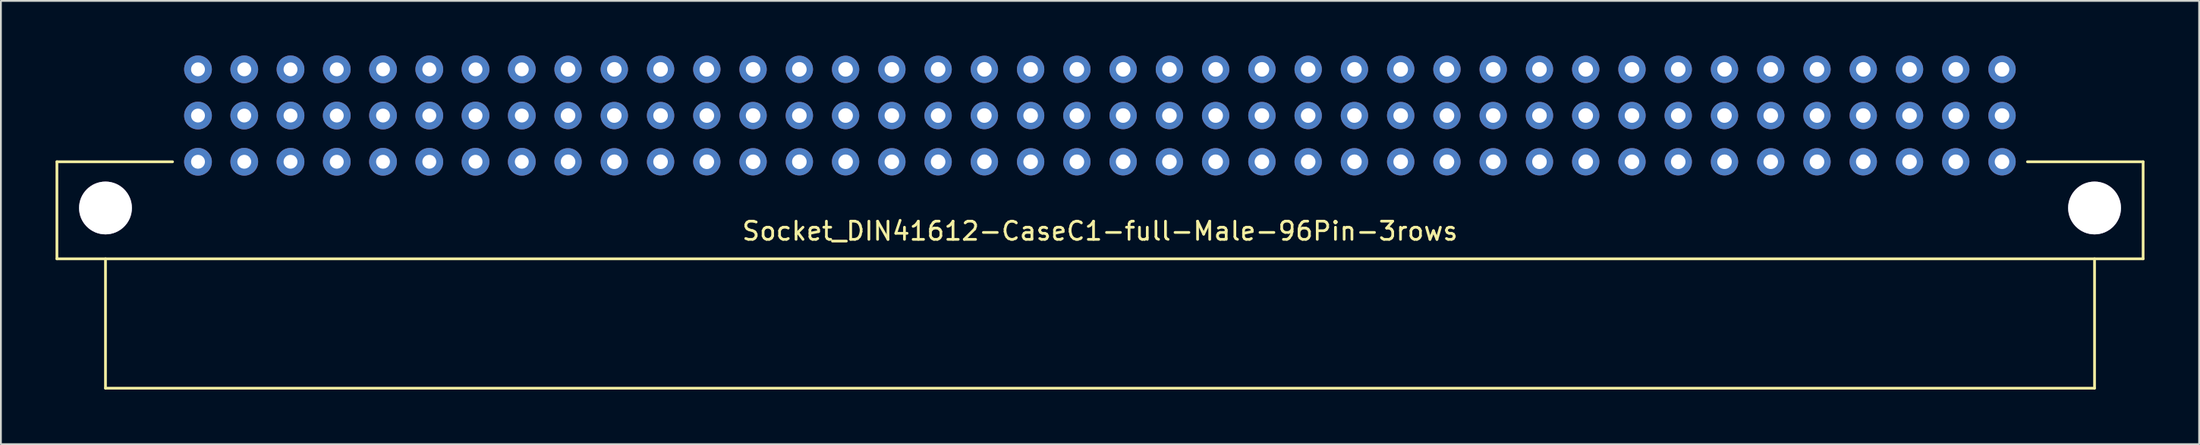
<source format=kicad_pcb>
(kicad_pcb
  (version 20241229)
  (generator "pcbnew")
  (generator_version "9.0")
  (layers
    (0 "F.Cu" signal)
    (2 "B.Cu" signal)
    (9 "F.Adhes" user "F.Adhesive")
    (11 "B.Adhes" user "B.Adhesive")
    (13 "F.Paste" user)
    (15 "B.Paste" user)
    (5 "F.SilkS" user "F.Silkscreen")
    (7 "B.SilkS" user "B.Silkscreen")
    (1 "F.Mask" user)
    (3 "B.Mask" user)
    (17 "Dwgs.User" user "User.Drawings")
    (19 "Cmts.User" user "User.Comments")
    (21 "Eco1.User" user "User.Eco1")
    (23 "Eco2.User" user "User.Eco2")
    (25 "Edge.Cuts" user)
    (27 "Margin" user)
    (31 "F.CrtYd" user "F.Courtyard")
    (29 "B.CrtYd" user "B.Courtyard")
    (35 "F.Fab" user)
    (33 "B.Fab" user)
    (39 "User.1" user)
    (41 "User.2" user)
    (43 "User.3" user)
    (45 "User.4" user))
  (footprint "Socket_DIN41612-CaseC1-full-Male-96Pin-3rows"
    (layer "F.Cu")
    (at 57.352 3.302)
    (property "Reference" "Socket_DIN41612-CaseC1-full-Male-96Pin-3rows" (at 0 6.35 0) (layer "F.SilkS") (effects (font (size 1 1) (thickness 0.15))))
    (attr through_hole)
    (fp_line (start -57.277 2.54) (end -50.927 2.54) (stroke (width 0.15) (type solid)) (layer "F.SilkS"))
    (fp_line (start -57.277 7.874) (end -57.277 2.54) (stroke (width 0.15) (type solid)) (layer "F.SilkS"))
    (fp_line (start -54.61 14.986) (end -54.61 7.874) (stroke (width 0.15) (type solid)) (layer "F.SilkS"))
    (fp_line (start 54.61 7.874) (end 54.61 14.986) (stroke (width 0.15) (type solid)) (layer "F.SilkS"))
    (fp_line (start 54.61 14.986) (end -54.61 14.986) (stroke (width 0.15) (type solid)) (layer "F.SilkS"))
    (fp_line (start 57.277 2.54) (end 50.927 2.54) (stroke (width 0.15) (type solid)) (layer "F.SilkS"))
    (fp_line (start 57.277 2.54) (end 57.277 7.874) (stroke (width 0.15) (type solid)) (layer "F.SilkS"))
    (fp_line (start 57.277 7.874) (end -57.277 7.874) (stroke (width 0.15) (type solid)) (layer "F.SilkS"))
    (pad "1" thru_hole circle (at -54.61 5.08) (size 2.901 2.901) (drill 2.901) (layers "*.Cu" "*.Mask"))
    (pad "1" thru_hole circle (at 54.61 5.08) (size 2.901 2.901) (drill 2.901) (layers "*.Cu" "*.Mask"))
    (pad "1a" thru_hole circle (at 49.53 -2.54 180) (size 1.501 1.501) (drill 0.8) (layers "*.Cu" "*.Mask"))
    (pad "1b" thru_hole circle (at 49.53 0 180) (size 1.501 1.501) (drill 0.8) (layers "*.Cu" "*.Mask"))
    (pad "1c" thru_hole circle (at 49.53 2.54 180) (size 1.501 1.501) (drill 0.8) (layers "*.Cu" "*.Mask"))
    (pad "2a" thru_hole circle (at 46.99 -2.54 180) (size 1.501 1.501) (drill 0.8) (layers "*.Cu" "*.Mask"))
    (pad "2b" thru_hole circle (at 46.99 0 180) (size 1.501 1.501) (drill 0.8) (layers "*.Cu" "*.Mask"))
    (pad "2c" thru_hole circle (at 46.99 2.54 180) (size 1.501 1.501) (drill 0.8) (layers "*.Cu" "*.Mask"))
    (pad "3a" thru_hole circle (at 44.45 -2.54 180) (size 1.501 1.501) (drill 0.8) (layers "*.Cu" "*.Mask"))
    (pad "3b" thru_hole circle (at 44.45 0 180) (size 1.501 1.501) (drill 0.8) (layers "*.Cu" "*.Mask"))
    (pad "3c" thru_hole circle (at 44.45 2.54 180) (size 1.501 1.501) (drill 0.8) (layers "*.Cu" "*.Mask"))
    (pad "4a" thru_hole circle (at 41.91 -2.54 180) (size 1.501 1.501) (drill 0.8) (layers "*.Cu" "*.Mask"))
    (pad "4b" thru_hole circle (at 41.91 0 180) (size 1.501 1.501) (drill 0.8) (layers "*.Cu" "*.Mask"))
    (pad "4c" thru_hole circle (at 41.91 2.54 180) (size 1.501 1.501) (drill 0.8) (layers "*.Cu" "*.Mask"))
    (pad "5a" thru_hole circle (at 39.37 -2.54 180) (size 1.501 1.501) (drill 0.8) (layers "*.Cu" "*.Mask"))
    (pad "5b" thru_hole circle (at 39.37 0 180) (size 1.501 1.501) (drill 0.8) (layers "*.Cu" "*.Mask"))
    (pad "5c" thru_hole circle (at 39.37 2.54 180) (size 1.501 1.501) (drill 0.8) (layers "*.Cu" "*.Mask"))
    (pad "6a" thru_hole circle (at 36.83 -2.54 180) (size 1.501 1.501) (drill 0.8) (layers "*.Cu" "*.Mask"))
    (pad "6b" thru_hole circle (at 36.83 0 180) (size 1.501 1.501) (drill 0.8) (layers "*.Cu" "*.Mask"))
    (pad "6c" thru_hole circle (at 36.83 2.54 180) (size 1.501 1.501) (drill 0.8) (layers "*.Cu" "*.Mask"))
    (pad "7a" thru_hole circle (at 34.29 -2.54 180) (size 1.501 1.501) (drill 0.8) (layers "*.Cu" "*.Mask"))
    (pad "7b" thru_hole circle (at 34.29 0 180) (size 1.501 1.501) (drill 0.8) (layers "*.Cu" "*.Mask"))
    (pad "7c" thru_hole circle (at 34.29 2.54 180) (size 1.501 1.501) (drill 0.8) (layers "*.Cu" "*.Mask"))
    (pad "8a" thru_hole circle (at 31.75 -2.54 180) (size 1.501 1.501) (drill 0.8) (layers "*.Cu" "*.Mask"))
    (pad "8b" thru_hole circle (at 31.75 0 180) (size 1.501 1.501) (drill 0.8) (layers "*.Cu" "*.Mask"))
    (pad "8c" thru_hole circle (at 31.75 2.54 180) (size 1.501 1.501) (drill 0.8) (layers "*.Cu" "*.Mask"))
    (pad "9a" thru_hole circle (at 29.21 -2.54 180) (size 1.501 1.501) (drill 0.8) (layers "*.Cu" "*.Mask"))
    (pad "9b" thru_hole circle (at 29.21 0 180) (size 1.501 1.501) (drill 0.8) (layers "*.Cu" "*.Mask"))
    (pad "9c" thru_hole circle (at 29.21 2.54 180) (size 1.501 1.501) (drill 0.8) (layers "*.Cu" "*.Mask"))
    (pad "10a" thru_hole circle (at 26.67 -2.54 180) (size 1.501 1.501) (drill 0.8) (layers "*.Cu" "*.Mask"))
    (pad "10b" thru_hole circle (at 26.67 0 180) (size 1.501 1.501) (drill 0.8) (layers "*.Cu" "*.Mask"))
    (pad "10c" thru_hole circle (at 26.67 2.54 180) (size 1.501 1.501) (drill 0.8) (layers "*.Cu" "*.Mask"))
    (pad "11a" thru_hole circle (at 24.13 -2.54 180) (size 1.501 1.501) (drill 0.8) (layers "*.Cu" "*.Mask"))
    (pad "11b" thru_hole circle (at 24.13 0 180) (size 1.501 1.501) (drill 0.8) (layers "*.Cu" "*.Mask"))
    (pad "11c" thru_hole circle (at 24.13 2.54 180) (size 1.501 1.501) (drill 0.8) (layers "*.Cu" "*.Mask"))
    (pad "12a" thru_hole circle (at 21.59 -2.54 180) (size 1.501 1.501) (drill 0.8) (layers "*.Cu" "*.Mask"))
    (pad "12b" thru_hole circle (at 21.59 0 180) (size 1.501 1.501) (drill 0.8) (layers "*.Cu" "*.Mask"))
    (pad "12c" thru_hole circle (at 21.59 2.54 180) (size 1.501 1.501) (drill 0.8) (layers "*.Cu" "*.Mask"))
    (pad "13a" thru_hole circle (at 19.05 -2.54 180) (size 1.501 1.501) (drill 0.8) (layers "*.Cu" "*.Mask"))
    (pad "13b" thru_hole circle (at 19.05 0 180) (size 1.501 1.501) (drill 0.8) (layers "*.Cu" "*.Mask"))
    (pad "13c" thru_hole circle (at 19.05 2.54 180) (size 1.501 1.501) (drill 0.8) (layers "*.Cu" "*.Mask"))
    (pad "14a" thru_hole circle (at 16.51 -2.54 180) (size 1.501 1.501) (drill 0.8) (layers "*.Cu" "*.Mask"))
    (pad "14b" thru_hole circle (at 16.51 0 180) (size 1.501 1.501) (drill 0.8) (layers "*.Cu" "*.Mask"))
    (pad "14c" thru_hole circle (at 16.51 2.54 180) (size 1.501 1.501) (drill 0.8) (layers "*.Cu" "*.Mask"))
    (pad "15a" thru_hole circle (at 13.97 -2.54 180) (size 1.501 1.501) (drill 0.8) (layers "*.Cu" "*.Mask"))
    (pad "15b" thru_hole circle (at 13.97 0 180) (size 1.501 1.501) (drill 0.8) (layers "*.Cu" "*.Mask"))
    (pad "15c" thru_hole circle (at 13.97 2.54 180) (size 1.501 1.501) (drill 0.8) (layers "*.Cu" "*.Mask"))
    (pad "16a" thru_hole circle (at 11.43 -2.54 180) (size 1.501 1.501) (drill 0.8) (layers "*.Cu" "*.Mask"))
    (pad "16b" thru_hole circle (at 11.43 0 180) (size 1.501 1.501) (drill 0.8) (layers "*.Cu" "*.Mask"))
    (pad "16c" thru_hole circle (at 11.43 2.54 180) (size 1.501 1.501) (drill 0.8) (layers "*.Cu" "*.Mask"))
    (pad "17a" thru_hole circle (at 8.89 -2.54 180) (size 1.501 1.501) (drill 0.8) (layers "*.Cu" "*.Mask"))
    (pad "17b" thru_hole circle (at 8.89 0 180) (size 1.501 1.501) (drill 0.8) (layers "*.Cu" "*.Mask"))
    (pad "17c" thru_hole circle (at 8.89 2.54 180) (size 1.501 1.501) (drill 0.8) (layers "*.Cu" "*.Mask"))
    (pad "18a" thru_hole circle (at 6.35 -2.54 180) (size 1.501 1.501) (drill 0.8) (layers "*.Cu" "*.Mask"))
    (pad "18b" thru_hole circle (at 6.35 0 180) (size 1.501 1.501) (drill 0.8) (layers "*.Cu" "*.Mask"))
    (pad "18c" thru_hole circle (at 6.35 2.54 180) (size 1.501 1.501) (drill 0.8) (layers "*.Cu" "*.Mask"))
    (pad "19a" thru_hole circle (at 3.81 -2.54 180) (size 1.501 1.501) (drill 0.8) (layers "*.Cu" "*.Mask"))
    (pad "19b" thru_hole circle (at 3.81 0 180) (size 1.501 1.501) (drill 0.8) (layers "*.Cu" "*.Mask"))
    (pad "19c" thru_hole circle (at 3.81 2.54 180) (size 1.501 1.501) (drill 0.8) (layers "*.Cu" "*.Mask"))
    (pad "20a" thru_hole circle (at 1.27 -2.54 180) (size 1.501 1.501) (drill 0.8) (layers "*.Cu" "*.Mask"))
    (pad "20b" thru_hole circle (at 1.27 0 180) (size 1.501 1.501) (drill 0.8) (layers "*.Cu" "*.Mask"))
    (pad "20c" thru_hole circle (at 1.27 2.54 180) (size 1.501 1.501) (drill 0.8) (layers "*.Cu" "*.Mask"))
    (pad "21a" thru_hole circle (at -1.27 -2.54 180) (size 1.501 1.501) (drill 0.8) (layers "*.Cu" "*.Mask"))
    (pad "21b" thru_hole circle (at -1.27 0 180) (size 1.501 1.501) (drill 0.8) (layers "*.Cu" "*.Mask"))
    (pad "21c" thru_hole circle (at -1.27 2.54 180) (size 1.501 1.501) (drill 0.8) (layers "*.Cu" "*.Mask"))
    (pad "22a" thru_hole circle (at -3.81 -2.54 180) (size 1.501 1.501) (drill 0.8) (layers "*.Cu" "*.Mask"))
    (pad "22b" thru_hole circle (at -3.81 0 180) (size 1.501 1.501) (drill 0.8) (layers "*.Cu" "*.Mask"))
    (pad "22c" thru_hole circle (at -3.81 2.54 180) (size 1.501 1.501) (drill 0.8) (layers "*.Cu" "*.Mask"))
    (pad "23a" thru_hole circle (at -6.35 -2.54 180) (size 1.501 1.501) (drill 0.8) (layers "*.Cu" "*.Mask"))
    (pad "23b" thru_hole circle (at -6.35 0 180) (size 1.501 1.501) (drill 0.8) (layers "*.Cu" "*.Mask"))
    (pad "23c" thru_hole circle (at -6.35 2.54 180) (size 1.501 1.501) (drill 0.8) (layers "*.Cu" "*.Mask"))
    (pad "24" thru_hole circle (at -8.89 -2.54 180) (size 1.501 1.501) (drill 0.8) (layers "*.Cu" "*.Mask"))
    (pad "24b" thru_hole circle (at -8.89 0 180) (size 1.501 1.501) (drill 0.8) (layers "*.Cu" "*.Mask"))
    (pad "24c" thru_hole circle (at -8.89 2.54 180) (size 1.501 1.501) (drill 0.8) (layers "*.Cu" "*.Mask"))
    (pad "25a" thru_hole circle (at -11.43 -2.54 180) (size 1.501 1.501) (drill 0.8) (layers "*.Cu" "*.Mask"))
    (pad "25b" thru_hole circle (at -11.43 0 180) (size 1.501 1.501) (drill 0.8) (layers "*.Cu" "*.Mask"))
    (pad "25c" thru_hole circle (at -11.43 2.54 180) (size 1.501 1.501) (drill 0.8) (layers "*.Cu" "*.Mask"))
    (pad "26a" thru_hole circle (at -13.97 -2.54 180) (size 1.501 1.501) (drill 0.8) (layers "*.Cu" "*.Mask"))
    (pad "26b" thru_hole circle (at -13.97 0 180) (size 1.501 1.501) (drill 0.8) (layers "*.Cu" "*.Mask"))
    (pad "26c" thru_hole circle (at -13.97 2.54 180) (size 1.501 1.501) (drill 0.8) (layers "*.Cu" "*.Mask"))
    (pad "27a" thru_hole circle (at -16.51 -2.54 180) (size 1.501 1.501) (drill 0.8) (layers "*.Cu" "*.Mask"))
    (pad "27b" thru_hole circle (at -16.51 0 180) (size 1.501 1.501) (drill 0.8) (layers "*.Cu" "*.Mask"))
    (pad "27c" thru_hole circle (at -16.51 2.54 180) (size 1.501 1.501) (drill 0.8) (layers "*.Cu" "*.Mask"))
    (pad "28a" thru_hole circle (at -19.05 -2.54 180) (size 1.501 1.501) (drill 0.8) (layers "*.Cu" "*.Mask"))
    (pad "28b" thru_hole circle (at -19.05 0 180) (size 1.501 1.501) (drill 0.8) (layers "*.Cu" "*.Mask"))
    (pad "28c" thru_hole circle (at -19.05 2.54 180) (size 1.501 1.501) (drill 0.8) (layers "*.Cu" "*.Mask"))
    (pad "29a" thru_hole circle (at -21.59 -2.54 180) (size 1.501 1.501) (drill 0.8) (layers "*.Cu" "*.Mask"))
    (pad "29b" thru_hole circle (at -21.59 0 180) (size 1.501 1.501) (drill 0.8) (layers "*.Cu" "*.Mask"))
    (pad "29c" thru_hole circle (at -21.59 2.54 180) (size 1.501 1.501) (drill 0.8) (layers "*.Cu" "*.Mask"))
    (pad "30a" thru_hole circle (at -24.13 -2.54 180) (size 1.501 1.501) (drill 0.8) (layers "*.Cu" "*.Mask"))
    (pad "30b" thru_hole circle (at -24.13 0 180) (size 1.501 1.501) (drill 0.8) (layers "*.Cu" "*.Mask"))
    (pad "30c" thru_hole circle (at -24.13 2.54 180) (size 1.501 1.501) (drill 0.8) (layers "*.Cu" "*.Mask"))
    (pad "31a" thru_hole circle (at -26.67 -2.54 180) (size 1.501 1.501) (drill 0.8) (layers "*.Cu" "*.Mask"))
    (pad "31b" thru_hole circle (at -26.67 0 180) (size 1.501 1.501) (drill 0.8) (layers "*.Cu" "*.Mask"))
    (pad "31c" thru_hole circle (at -26.67 2.54 180) (size 1.501 1.501) (drill 0.8) (layers "*.Cu" "*.Mask"))
    (pad "32a" thru_hole circle (at -29.21 -2.54 180) (size 1.501 1.501) (drill 0.8) (layers "*.Cu" "*.Mask"))
    (pad "32b" thru_hole circle (at -29.21 0 180) (size 1.501 1.501) (drill 0.8) (layers "*.Cu" "*.Mask"))
    (pad "32c" thru_hole circle (at -29.21 2.54 180) (size 1.501 1.501) (drill 0.8) (layers "*.Cu" "*.Mask"))
    (pad "33a" thru_hole circle (at -31.75 -2.54) (size 1.524 1.524) (drill 0.762) (layers "*.Cu" "*.Mask"))
    (pad "33b" thru_hole circle (at -31.75 0) (size 1.524 1.524) (drill 0.762) (layers "*.Cu" "*.Mask"))
    (pad "33c" thru_hole circle (at -31.75 2.54) (size 1.524 1.524) (drill 0.762) (layers "*.Cu" "*.Mask"))
    (pad "34a" thru_hole circle (at -34.29 -2.54) (size 1.524 1.524) (drill 0.762) (layers "*.Cu" "*.Mask"))
    (pad "34b" thru_hole circle (at -34.29 0) (size 1.524 1.524) (drill 0.762) (layers "*.Cu" "*.Mask"))
    (pad "34c" thru_hole circle (at -34.29 2.54) (size 1.524 1.524) (drill 0.762) (layers "*.Cu" "*.Mask"))
    (pad "35a" thru_hole circle (at -36.83 -2.54) (size 1.524 1.524) (drill 0.762) (layers "*.Cu" "*.Mask"))
    (pad "35b" thru_hole circle (at -36.83 0) (size 1.524 1.524) (drill 0.762) (layers "*.Cu" "*.Mask"))
    (pad "35c" thru_hole circle (at -36.83 2.54) (size 1.524 1.524) (drill 0.762) (layers "*.Cu" "*.Mask"))
    (pad "36a" thru_hole circle (at -39.37 -2.54) (size 1.524 1.524) (drill 0.762) (layers "*.Cu" "*.Mask"))
    (pad "36b" thru_hole circle (at -39.37 0) (size 1.524 1.524) (drill 0.762) (layers "*.Cu" "*.Mask"))
    (pad "36c" thru_hole circle (at -39.37 2.54) (size 1.524 1.524) (drill 0.762) (layers "*.Cu" "*.Mask"))
    (pad "37a" thru_hole circle (at -41.91 -2.54) (size 1.524 1.524) (drill 0.762) (layers "*.Cu" "*.Mask"))
    (pad "37b" thru_hole circle (at -41.91 0) (size 1.524 1.524) (drill 0.762) (layers "*.Cu" "*.Mask"))
    (pad "37c" thru_hole circle (at -41.91 2.54) (size 1.524 1.524) (drill 0.762) (layers "*.Cu" "*.Mask"))
    (pad "38a" thru_hole circle (at -44.45 -2.54) (size 1.524 1.524) (drill 0.762) (layers "*.Cu" "*.Mask"))
    (pad "38b" thru_hole circle (at -44.45 0) (size 1.524 1.524) (drill 0.762) (layers "*.Cu" "*.Mask"))
    (pad "38c" thru_hole circle (at -44.45 2.54) (size 1.524 1.524) (drill 0.762) (layers "*.Cu" "*.Mask"))
    (pad "39a" thru_hole circle (at -46.99 -2.54) (size 1.524 1.524) (drill 0.762) (layers "*.Cu" "*.Mask"))
    (pad "39b" thru_hole circle (at -46.99 0) (size 1.524 1.524) (drill 0.762) (layers "*.Cu" "*.Mask"))
    (pad "39c" thru_hole circle (at -46.99 2.54) (size 1.524 1.524) (drill 0.762) (layers "*.Cu" "*.Mask"))
    (pad "40a" thru_hole circle (at -49.53 -2.54) (size 1.524 1.524) (drill 0.762) (layers "*.Cu" "*.Mask"))
    (pad "40b" thru_hole circle (at -49.53 0) (size 1.524 1.524) (drill 0.762) (layers "*.Cu" "*.Mask"))
    (pad "40c" thru_hole circle (at -49.53 2.54) (size 1.524 1.524) (drill 0.762) (layers "*.Cu" "*.Mask")))
  (gr_rect
    (start -3 -3)
    (end 117.704 21.363)
    (stroke (width 0.1) (type default))
    (fill no)
    (layer "Edge.Cuts")))
</source>
